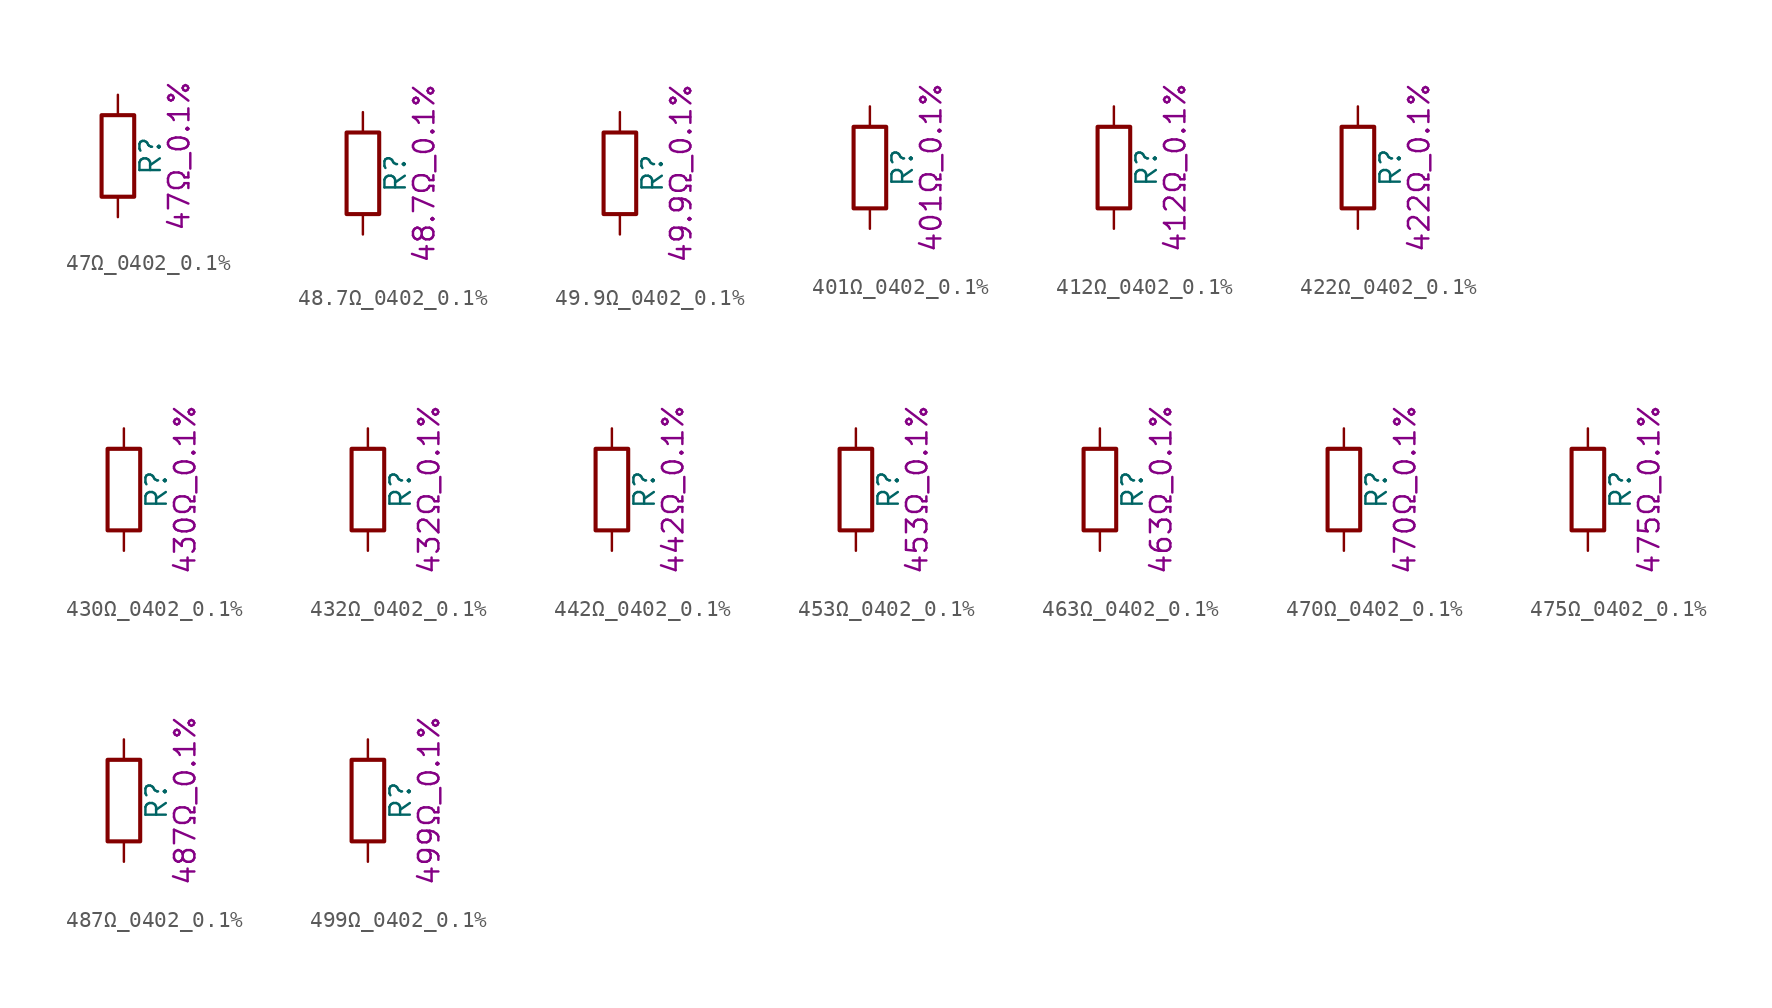
<source format=kicad_sym>
(kicad_symbol_lib
  (version 20211014)
  (generator kicad_symbol_editor)
  (symbol "47Ω_0402_0.1%"
    (pin_numbers hide)
    (pin_names
      (offset 0))
    (property "Reference" "R"
      (at 2.032 0 90)
      (effects (font (size 1.27 1.27))))
    (property "Display" "47Ω_0.1%"
      (at 3.81 0 90)
      (effects (font (size 1.27 1.27))))
    (symbol "47Ω_0402_0.1%_0_1"
      (rectangle (start -1.016 -2.54) (end 1.016 2.54) (stroke (width 0.254) (type default) (color 0 0 0 0)) (fill (type none))))
    (symbol "47Ω_0402_0.1%_1_1"
      (pin passive line (at 0 3.81 270) (length 1.27) (name "~" (effects (font (size 1.27 1.27)))) (number "1" (effects (font (size 1.27 1.27)))))
      (pin passive line (at 0 -3.81 90) (length 1.27) (name "~" (effects (font (size 1.27 1.27)))) (number "2" (effects (font (size 1.27 1.27)))))))
  (symbol "48.7Ω_0402_0.1%"
    (pin_numbers hide)
    (pin_names
      (offset 0))
    (property "Reference" "R"
      (at 2.032 0 90)
      (effects (font (size 1.27 1.27))))
    (property "Display" "48.7Ω_0.1%"
      (at 3.81 0 90)
      (effects (font (size 1.27 1.27))))
    (symbol "48.7Ω_0402_0.1%_0_1"
      (rectangle (start -1.016 -2.54) (end 1.016 2.54) (stroke (width 0.254) (type default) (color 0 0 0 0)) (fill (type none))))
    (symbol "48.7Ω_0402_0.1%_1_1"
      (pin passive line (at 0 3.81 270) (length 1.27) (name "~" (effects (font (size 1.27 1.27)))) (number "1" (effects (font (size 1.27 1.27)))))
      (pin passive line (at 0 -3.81 90) (length 1.27) (name "~" (effects (font (size 1.27 1.27)))) (number "2" (effects (font (size 1.27 1.27)))))))
  (symbol "49.9Ω_0402_0.1%"
    (pin_numbers hide)
    (pin_names
      (offset 0))
    (property "Reference" "R"
      (at 2.032 0 90)
      (effects (font (size 1.27 1.27))))
    (property "Display" "49.9Ω_0.1%"
      (at 3.81 0 90)
      (effects (font (size 1.27 1.27))))
    (symbol "49.9Ω_0402_0.1%_0_1"
      (rectangle (start -1.016 -2.54) (end 1.016 2.54) (stroke (width 0.254) (type default) (color 0 0 0 0)) (fill (type none))))
    (symbol "49.9Ω_0402_0.1%_1_1"
      (pin passive line (at 0 3.81 270) (length 1.27) (name "~" (effects (font (size 1.27 1.27)))) (number "1" (effects (font (size 1.27 1.27)))))
      (pin passive line (at 0 -3.81 90) (length 1.27) (name "~" (effects (font (size 1.27 1.27)))) (number "2" (effects (font (size 1.27 1.27)))))))
  (symbol "401Ω_0402_0.1%"
    (pin_numbers hide)
    (pin_names
      (offset 0))
    (property "Reference" "R"
      (at 2.032 0 90)
      (effects (font (size 1.27 1.27))))
    (property "Display" "401Ω_0.1%"
      (at 3.81 0 90)
      (effects (font (size 1.27 1.27))))
    (symbol "401Ω_0402_0.1%_0_1"
      (rectangle (start -1.016 -2.54) (end 1.016 2.54) (stroke (width 0.254) (type default) (color 0 0 0 0)) (fill (type none))))
    (symbol "401Ω_0402_0.1%_1_1"
      (pin passive line (at 0 3.81 270) (length 1.27) (name "~" (effects (font (size 1.27 1.27)))) (number "1" (effects (font (size 1.27 1.27)))))
      (pin passive line (at 0 -3.81 90) (length 1.27) (name "~" (effects (font (size 1.27 1.27)))) (number "2" (effects (font (size 1.27 1.27)))))))
  (symbol "412Ω_0402_0.1%"
    (pin_numbers hide)
    (pin_names
      (offset 0))
    (property "Reference" "R"
      (at 2.032 0 90)
      (effects (font (size 1.27 1.27))))
    (property "Display" "412Ω_0.1%"
      (at 3.81 0 90)
      (effects (font (size 1.27 1.27))))
    (symbol "412Ω_0402_0.1%_0_1"
      (rectangle (start -1.016 -2.54) (end 1.016 2.54) (stroke (width 0.254) (type default) (color 0 0 0 0)) (fill (type none))))
    (symbol "412Ω_0402_0.1%_1_1"
      (pin passive line (at 0 3.81 270) (length 1.27) (name "~" (effects (font (size 1.27 1.27)))) (number "1" (effects (font (size 1.27 1.27)))))
      (pin passive line (at 0 -3.81 90) (length 1.27) (name "~" (effects (font (size 1.27 1.27)))) (number "2" (effects (font (size 1.27 1.27)))))))
  (symbol "422Ω_0402_0.1%"
    (pin_numbers hide)
    (pin_names
      (offset 0))
    (property "Reference" "R"
      (at 2.032 0 90)
      (effects (font (size 1.27 1.27))))
    (property "Display" "422Ω_0.1%"
      (at 3.81 0 90)
      (effects (font (size 1.27 1.27))))
    (symbol "422Ω_0402_0.1%_0_1"
      (rectangle (start -1.016 -2.54) (end 1.016 2.54) (stroke (width 0.254) (type default) (color 0 0 0 0)) (fill (type none))))
    (symbol "422Ω_0402_0.1%_1_1"
      (pin passive line (at 0 3.81 270) (length 1.27) (name "~" (effects (font (size 1.27 1.27)))) (number "1" (effects (font (size 1.27 1.27)))))
      (pin passive line (at 0 -3.81 90) (length 1.27) (name "~" (effects (font (size 1.27 1.27)))) (number "2" (effects (font (size 1.27 1.27)))))))
  (symbol "430Ω_0402_0.1%"
    (pin_numbers hide)
    (pin_names
      (offset 0))
    (property "Reference" "R"
      (at 2.032 0 90)
      (effects (font (size 1.27 1.27))))
    (property "Display" "430Ω_0.1%"
      (at 3.81 0 90)
      (effects (font (size 1.27 1.27))))
    (symbol "430Ω_0402_0.1%_0_1"
      (rectangle (start -1.016 -2.54) (end 1.016 2.54) (stroke (width 0.254) (type default) (color 0 0 0 0)) (fill (type none))))
    (symbol "430Ω_0402_0.1%_1_1"
      (pin passive line (at 0 3.81 270) (length 1.27) (name "~" (effects (font (size 1.27 1.27)))) (number "1" (effects (font (size 1.27 1.27)))))
      (pin passive line (at 0 -3.81 90) (length 1.27) (name "~" (effects (font (size 1.27 1.27)))) (number "2" (effects (font (size 1.27 1.27)))))))
  (symbol "432Ω_0402_0.1%"
    (pin_numbers hide)
    (pin_names
      (offset 0))
    (property "Reference" "R"
      (at 2.032 0 90)
      (effects (font (size 1.27 1.27))))
    (property "Display" "432Ω_0.1%"
      (at 3.81 0 90)
      (effects (font (size 1.27 1.27))))
    (symbol "432Ω_0402_0.1%_0_1"
      (rectangle (start -1.016 -2.54) (end 1.016 2.54) (stroke (width 0.254) (type default) (color 0 0 0 0)) (fill (type none))))
    (symbol "432Ω_0402_0.1%_1_1"
      (pin passive line (at 0 3.81 270) (length 1.27) (name "~" (effects (font (size 1.27 1.27)))) (number "1" (effects (font (size 1.27 1.27)))))
      (pin passive line (at 0 -3.81 90) (length 1.27) (name "~" (effects (font (size 1.27 1.27)))) (number "2" (effects (font (size 1.27 1.27)))))))
  (symbol "442Ω_0402_0.1%"
    (pin_numbers hide)
    (pin_names
      (offset 0))
    (property "Reference" "R"
      (at 2.032 0 90)
      (effects (font (size 1.27 1.27))))
    (property "Display" "442Ω_0.1%"
      (at 3.81 0 90)
      (effects (font (size 1.27 1.27))))
    (symbol "442Ω_0402_0.1%_0_1"
      (rectangle (start -1.016 -2.54) (end 1.016 2.54) (stroke (width 0.254) (type default) (color 0 0 0 0)) (fill (type none))))
    (symbol "442Ω_0402_0.1%_1_1"
      (pin passive line (at 0 3.81 270) (length 1.27) (name "~" (effects (font (size 1.27 1.27)))) (number "1" (effects (font (size 1.27 1.27)))))
      (pin passive line (at 0 -3.81 90) (length 1.27) (name "~" (effects (font (size 1.27 1.27)))) (number "2" (effects (font (size 1.27 1.27)))))))
  (symbol "453Ω_0402_0.1%"
    (pin_numbers hide)
    (pin_names
      (offset 0))
    (property "Reference" "R"
      (at 2.032 0 90)
      (effects (font (size 1.27 1.27))))
    (property "Display" "453Ω_0.1%"
      (at 3.81 0 90)
      (effects (font (size 1.27 1.27))))
    (symbol "453Ω_0402_0.1%_0_1"
      (rectangle (start -1.016 -2.54) (end 1.016 2.54) (stroke (width 0.254) (type default) (color 0 0 0 0)) (fill (type none))))
    (symbol "453Ω_0402_0.1%_1_1"
      (pin passive line (at 0 3.81 270) (length 1.27) (name "~" (effects (font (size 1.27 1.27)))) (number "1" (effects (font (size 1.27 1.27)))))
      (pin passive line (at 0 -3.81 90) (length 1.27) (name "~" (effects (font (size 1.27 1.27)))) (number "2" (effects (font (size 1.27 1.27)))))))
  (symbol "463Ω_0402_0.1%"
    (pin_numbers hide)
    (pin_names
      (offset 0))
    (property "Reference" "R"
      (at 2.032 0 90)
      (effects (font (size 1.27 1.27))))
    (property "Display" "463Ω_0.1%"
      (at 3.81 0 90)
      (effects (font (size 1.27 1.27))))
    (symbol "463Ω_0402_0.1%_0_1"
      (rectangle (start -1.016 -2.54) (end 1.016 2.54) (stroke (width 0.254) (type default) (color 0 0 0 0)) (fill (type none))))
    (symbol "463Ω_0402_0.1%_1_1"
      (pin passive line (at 0 3.81 270) (length 1.27) (name "~" (effects (font (size 1.27 1.27)))) (number "1" (effects (font (size 1.27 1.27)))))
      (pin passive line (at 0 -3.81 90) (length 1.27) (name "~" (effects (font (size 1.27 1.27)))) (number "2" (effects (font (size 1.27 1.27)))))))
  (symbol "470Ω_0402_0.1%"
    (pin_numbers hide)
    (pin_names
      (offset 0))
    (property "Reference" "R"
      (at 2.032 0 90)
      (effects (font (size 1.27 1.27))))
    (property "Display" "470Ω_0.1%"
      (at 3.81 0 90)
      (effects (font (size 1.27 1.27))))
    (symbol "470Ω_0402_0.1%_0_1"
      (rectangle (start -1.016 -2.54) (end 1.016 2.54) (stroke (width 0.254) (type default) (color 0 0 0 0)) (fill (type none))))
    (symbol "470Ω_0402_0.1%_1_1"
      (pin passive line (at 0 3.81 270) (length 1.27) (name "~" (effects (font (size 1.27 1.27)))) (number "1" (effects (font (size 1.27 1.27)))))
      (pin passive line (at 0 -3.81 90) (length 1.27) (name "~" (effects (font (size 1.27 1.27)))) (number "2" (effects (font (size 1.27 1.27)))))))
  (symbol "475Ω_0402_0.1%"
    (pin_numbers hide)
    (pin_names
      (offset 0))
    (property "Reference" "R"
      (at 2.032 0 90)
      (effects (font (size 1.27 1.27))))
    (property "Display" "475Ω_0.1%"
      (at 3.81 0 90)
      (effects (font (size 1.27 1.27))))
    (symbol "475Ω_0402_0.1%_0_1"
      (rectangle (start -1.016 -2.54) (end 1.016 2.54) (stroke (width 0.254) (type default) (color 0 0 0 0)) (fill (type none))))
    (symbol "475Ω_0402_0.1%_1_1"
      (pin passive line (at 0 3.81 270) (length 1.27) (name "~" (effects (font (size 1.27 1.27)))) (number "1" (effects (font (size 1.27 1.27)))))
      (pin passive line (at 0 -3.81 90) (length 1.27) (name "~" (effects (font (size 1.27 1.27)))) (number "2" (effects (font (size 1.27 1.27)))))))
  (symbol "487Ω_0402_0.1%"
    (pin_numbers hide)
    (pin_names
      (offset 0))
    (property "Reference" "R"
      (at 2.032 0 90)
      (effects (font (size 1.27 1.27))))
    (property "Display" "487Ω_0.1%"
      (at 3.81 0 90)
      (effects (font (size 1.27 1.27))))
    (symbol "487Ω_0402_0.1%_0_1"
      (rectangle (start -1.016 -2.54) (end 1.016 2.54) (stroke (width 0.254) (type default) (color 0 0 0 0)) (fill (type none))))
    (symbol "487Ω_0402_0.1%_1_1"
      (pin passive line (at 0 3.81 270) (length 1.27) (name "~" (effects (font (size 1.27 1.27)))) (number "1" (effects (font (size 1.27 1.27)))))
      (pin passive line (at 0 -3.81 90) (length 1.27) (name "~" (effects (font (size 1.27 1.27)))) (number "2" (effects (font (size 1.27 1.27)))))))
  (symbol "499Ω_0402_0.1%"
    (pin_numbers hide)
    (pin_names
      (offset 0))
    (property "Reference" "R"
      (at 2.032 0 90)
      (effects (font (size 1.27 1.27))))
    (property "Display" "499Ω_0.1%"
      (at 3.81 0 90)
      (effects (font (size 1.27 1.27))))
    (symbol "499Ω_0402_0.1%_0_1"
      (rectangle (start -1.016 -2.54) (end 1.016 2.54) (stroke (width 0.254) (type default) (color 0 0 0 0)) (fill (type none))))
    (symbol "499Ω_0402_0.1%_1_1"
      (pin passive line (at 0 3.81 270) (length 1.27) (name "~" (effects (font (size 1.27 1.27)))) (number "1" (effects (font (size 1.27 1.27)))))
      (pin passive line (at 0 -3.81 90) (length 1.27) (name "~" (effects (font (size 1.27 1.27)))) (number "2" (effects (font (size 1.27 1.27))))))))
</source>
